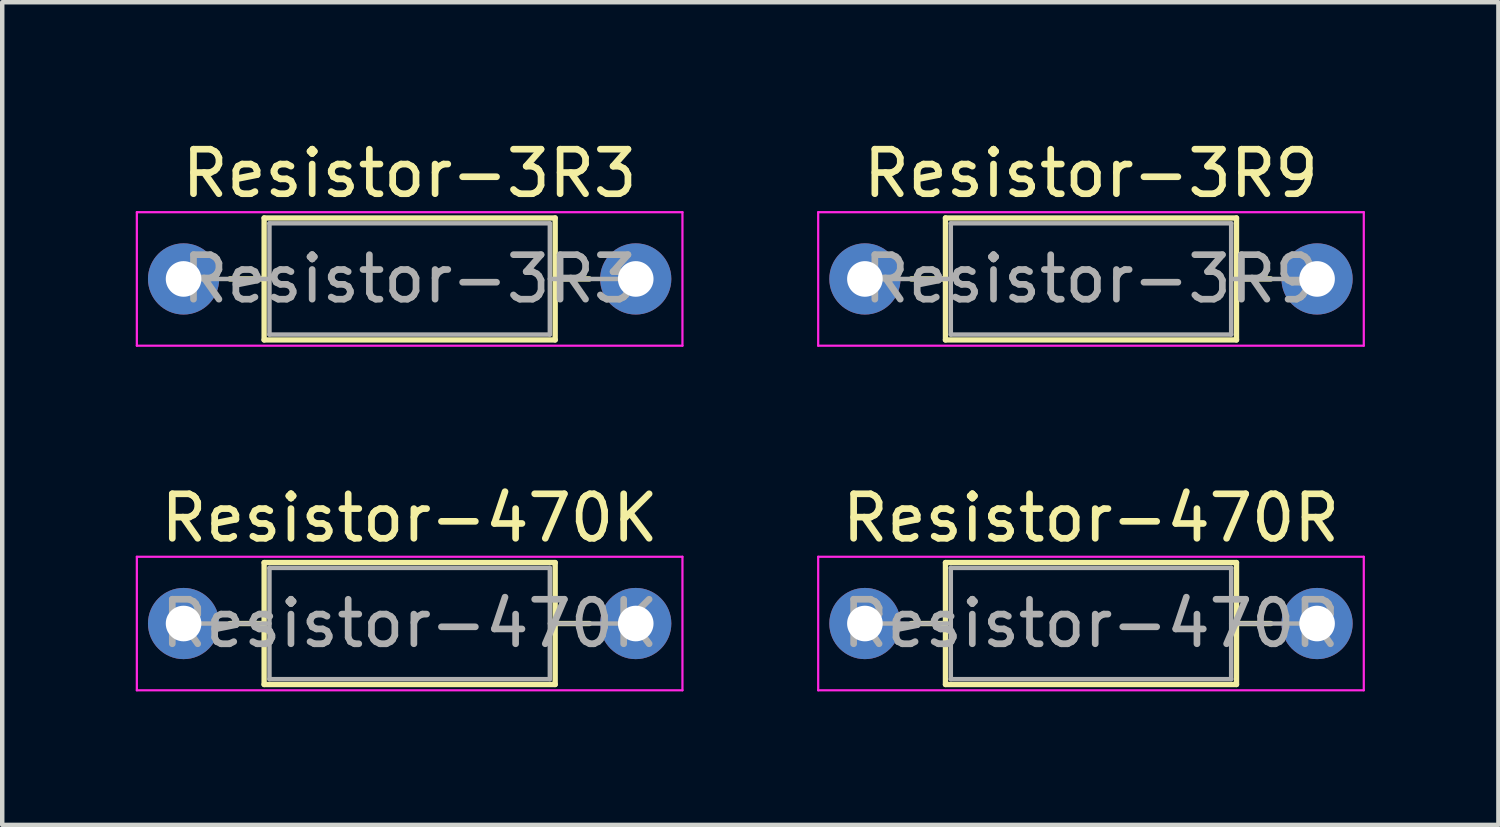
<source format=kicad_pcb>
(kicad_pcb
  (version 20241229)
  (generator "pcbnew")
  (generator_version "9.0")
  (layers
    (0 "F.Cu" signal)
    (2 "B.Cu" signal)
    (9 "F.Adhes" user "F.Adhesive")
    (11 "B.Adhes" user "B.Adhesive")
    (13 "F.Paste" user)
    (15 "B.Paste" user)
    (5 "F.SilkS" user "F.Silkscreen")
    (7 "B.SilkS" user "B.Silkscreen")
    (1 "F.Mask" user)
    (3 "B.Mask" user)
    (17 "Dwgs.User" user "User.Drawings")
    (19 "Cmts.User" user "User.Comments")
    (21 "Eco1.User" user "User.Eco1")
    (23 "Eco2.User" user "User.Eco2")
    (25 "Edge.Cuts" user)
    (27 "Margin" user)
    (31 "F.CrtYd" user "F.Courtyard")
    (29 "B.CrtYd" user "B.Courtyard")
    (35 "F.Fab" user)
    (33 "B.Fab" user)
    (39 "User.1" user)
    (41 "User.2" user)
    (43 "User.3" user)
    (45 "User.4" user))
  (footprint "Resistor-3R3"
    (layer "F.Cu")
    (at 6.155 3.218)
    (property "Reference" "Resistor-3R3" (at 0 -2.37 0) (layer "F.SilkS") (effects (font (size 1 1) (thickness 0.15))))
    (attr through_hole)
    (fp_line (start -4.04 0) (end -3.27 0) (stroke (width 0.12) (type solid)) (layer "F.SilkS"))
    (fp_line (start -3.27 -1.37) (end -3.27 1.37) (stroke (width 0.12) (type solid)) (layer "F.SilkS"))
    (fp_line (start -3.27 1.37) (end 3.27 1.37) (stroke (width 0.12) (type solid)) (layer "F.SilkS"))
    (fp_line (start 3.27 -1.37) (end -3.27 -1.37) (stroke (width 0.12) (type solid)) (layer "F.SilkS"))
    (fp_line (start 3.27 1.37) (end 3.27 -1.37) (stroke (width 0.12) (type solid)) (layer "F.SilkS"))
    (fp_line (start 4.04 0) (end 3.27 0) (stroke (width 0.12) (type solid)) (layer "F.SilkS"))
    (fp_line (start -6.13 -1.5) (end -6.13 1.5) (stroke (width 0.05) (type solid)) (layer "F.CrtYd"))
    (fp_line (start -6.13 1.5) (end 6.13 1.5) (stroke (width 0.05) (type solid)) (layer "F.CrtYd"))
    (fp_line (start 6.13 -1.5) (end -6.13 -1.5) (stroke (width 0.05) (type solid)) (layer "F.CrtYd"))
    (fp_line (start 6.13 1.5) (end 6.13 -1.5) (stroke (width 0.05) (type solid)) (layer "F.CrtYd"))
    (fp_line (start -5.08 0) (end -3.15 0) (stroke (width 0.1) (type solid)) (layer "F.Fab"))
    (fp_line (start -3.15 -1.25) (end -3.15 1.25) (stroke (width 0.1) (type solid)) (layer "F.Fab"))
    (fp_line (start -3.15 1.25) (end 3.15 1.25) (stroke (width 0.1) (type solid)) (layer "F.Fab"))
    (fp_line (start 3.15 -1.25) (end -3.15 -1.25) (stroke (width 0.1) (type solid)) (layer "F.Fab"))
    (fp_line (start 3.15 1.25) (end 3.15 -1.25) (stroke (width 0.1) (type solid)) (layer "F.Fab"))
    (fp_line (start 5.08 0) (end 3.15 0) (stroke (width 0.1) (type solid)) (layer "F.Fab"))
    (fp_text user "${REFERENCE}" (at 0 0 0) (layer "F.Fab") (effects (font (size 1 1) (thickness 0.15))))
    (pad "1" thru_hole circle (at -5.08 0) (size 1.6 1.6) (drill 0.8) (layers "*.Cu" "*.Mask"))
    (pad "2" thru_hole oval (at 5.08 0) (size 1.6 1.6) (drill 0.8) (layers "*.Cu" "*.Mask")))
  (footprint "Resistor-470K"
    (layer "F.Cu")
    (at 6.155 10.961)
    (property "Reference" "Resistor-470K" (at 0 -2.37 0) (layer "F.SilkS") (effects (font (size 1 1) (thickness 0.15))))
    (attr through_hole)
    (fp_line (start -4.04 0) (end -3.27 0) (stroke (width 0.12) (type solid)) (layer "F.SilkS"))
    (fp_line (start -3.27 -1.37) (end -3.27 1.37) (stroke (width 0.12) (type solid)) (layer "F.SilkS"))
    (fp_line (start -3.27 1.37) (end 3.27 1.37) (stroke (width 0.12) (type solid)) (layer "F.SilkS"))
    (fp_line (start 3.27 -1.37) (end -3.27 -1.37) (stroke (width 0.12) (type solid)) (layer "F.SilkS"))
    (fp_line (start 3.27 1.37) (end 3.27 -1.37) (stroke (width 0.12) (type solid)) (layer "F.SilkS"))
    (fp_line (start 4.04 0) (end 3.27 0) (stroke (width 0.12) (type solid)) (layer "F.SilkS"))
    (fp_line (start -6.13 -1.5) (end -6.13 1.5) (stroke (width 0.05) (type solid)) (layer "F.CrtYd"))
    (fp_line (start -6.13 1.5) (end 6.13 1.5) (stroke (width 0.05) (type solid)) (layer "F.CrtYd"))
    (fp_line (start 6.13 -1.5) (end -6.13 -1.5) (stroke (width 0.05) (type solid)) (layer "F.CrtYd"))
    (fp_line (start 6.13 1.5) (end 6.13 -1.5) (stroke (width 0.05) (type solid)) (layer "F.CrtYd"))
    (fp_line (start -5.08 0) (end -3.15 0) (stroke (width 0.1) (type solid)) (layer "F.Fab"))
    (fp_line (start -3.15 -1.25) (end -3.15 1.25) (stroke (width 0.1) (type solid)) (layer "F.Fab"))
    (fp_line (start -3.15 1.25) (end 3.15 1.25) (stroke (width 0.1) (type solid)) (layer "F.Fab"))
    (fp_line (start 3.15 -1.25) (end -3.15 -1.25) (stroke (width 0.1) (type solid)) (layer "F.Fab"))
    (fp_line (start 3.15 1.25) (end 3.15 -1.25) (stroke (width 0.1) (type solid)) (layer "F.Fab"))
    (fp_line (start 5.08 0) (end 3.15 0) (stroke (width 0.1) (type solid)) (layer "F.Fab"))
    (fp_text user "${REFERENCE}" (at 0 0 0) (layer "F.Fab") (effects (font (size 1 1) (thickness 0.15))))
    (pad "1" thru_hole circle (at -5.08 0) (size 1.6 1.6) (drill 0.8) (layers "*.Cu" "*.Mask"))
    (pad "2" thru_hole oval (at 5.08 0) (size 1.6 1.6) (drill 0.8) (layers "*.Cu" "*.Mask")))
  (footprint "Resistor-470R"
    (layer "F.Cu")
    (at 21.465 10.961)
    (property "Reference" "Resistor-470R" (at 0 -2.37 0) (layer "F.SilkS") (effects (font (size 1 1) (thickness 0.15))))
    (attr through_hole)
    (fp_line (start -4.04 0) (end -3.27 0) (stroke (width 0.12) (type solid)) (layer "F.SilkS"))
    (fp_line (start -3.27 -1.37) (end -3.27 1.37) (stroke (width 0.12) (type solid)) (layer "F.SilkS"))
    (fp_line (start -3.27 1.37) (end 3.27 1.37) (stroke (width 0.12) (type solid)) (layer "F.SilkS"))
    (fp_line (start 3.27 -1.37) (end -3.27 -1.37) (stroke (width 0.12) (type solid)) (layer "F.SilkS"))
    (fp_line (start 3.27 1.37) (end 3.27 -1.37) (stroke (width 0.12) (type solid)) (layer "F.SilkS"))
    (fp_line (start 4.04 0) (end 3.27 0) (stroke (width 0.12) (type solid)) (layer "F.SilkS"))
    (fp_line (start -6.13 -1.5) (end -6.13 1.5) (stroke (width 0.05) (type solid)) (layer "F.CrtYd"))
    (fp_line (start -6.13 1.5) (end 6.13 1.5) (stroke (width 0.05) (type solid)) (layer "F.CrtYd"))
    (fp_line (start 6.13 -1.5) (end -6.13 -1.5) (stroke (width 0.05) (type solid)) (layer "F.CrtYd"))
    (fp_line (start 6.13 1.5) (end 6.13 -1.5) (stroke (width 0.05) (type solid)) (layer "F.CrtYd"))
    (fp_line (start -5.08 0) (end -3.15 0) (stroke (width 0.1) (type solid)) (layer "F.Fab"))
    (fp_line (start -3.15 -1.25) (end -3.15 1.25) (stroke (width 0.1) (type solid)) (layer "F.Fab"))
    (fp_line (start -3.15 1.25) (end 3.15 1.25) (stroke (width 0.1) (type solid)) (layer "F.Fab"))
    (fp_line (start 3.15 -1.25) (end -3.15 -1.25) (stroke (width 0.1) (type solid)) (layer "F.Fab"))
    (fp_line (start 3.15 1.25) (end 3.15 -1.25) (stroke (width 0.1) (type solid)) (layer "F.Fab"))
    (fp_line (start 5.08 0) (end 3.15 0) (stroke (width 0.1) (type solid)) (layer "F.Fab"))
    (fp_text user "${REFERENCE}" (at 0 0 0) (layer "F.Fab") (effects (font (size 1 1) (thickness 0.15))))
    (pad "1" thru_hole circle (at -5.08 0) (size 1.6 1.6) (drill 0.8) (layers "*.Cu" "*.Mask"))
    (pad "2" thru_hole oval (at 5.08 0) (size 1.6 1.6) (drill 0.8) (layers "*.Cu" "*.Mask")))
  (footprint "Resistor-3R9"
    (layer "F.Cu")
    (at 21.465 3.218)
    (property "Reference" "Resistor-3R9" (at 0 -2.37 0) (layer "F.SilkS") (effects (font (size 1 1) (thickness 0.15))))
    (attr through_hole)
    (fp_line (start -4.04 0) (end -3.27 0) (stroke (width 0.12) (type solid)) (layer "F.SilkS"))
    (fp_line (start -3.27 -1.37) (end -3.27 1.37) (stroke (width 0.12) (type solid)) (layer "F.SilkS"))
    (fp_line (start -3.27 1.37) (end 3.27 1.37) (stroke (width 0.12) (type solid)) (layer "F.SilkS"))
    (fp_line (start 3.27 -1.37) (end -3.27 -1.37) (stroke (width 0.12) (type solid)) (layer "F.SilkS"))
    (fp_line (start 3.27 1.37) (end 3.27 -1.37) (stroke (width 0.12) (type solid)) (layer "F.SilkS"))
    (fp_line (start 4.04 0) (end 3.27 0) (stroke (width 0.12) (type solid)) (layer "F.SilkS"))
    (fp_line (start -6.13 -1.5) (end -6.13 1.5) (stroke (width 0.05) (type solid)) (layer "F.CrtYd"))
    (fp_line (start -6.13 1.5) (end 6.13 1.5) (stroke (width 0.05) (type solid)) (layer "F.CrtYd"))
    (fp_line (start 6.13 -1.5) (end -6.13 -1.5) (stroke (width 0.05) (type solid)) (layer "F.CrtYd"))
    (fp_line (start 6.13 1.5) (end 6.13 -1.5) (stroke (width 0.05) (type solid)) (layer "F.CrtYd"))
    (fp_line (start -5.08 0) (end -3.15 0) (stroke (width 0.1) (type solid)) (layer "F.Fab"))
    (fp_line (start -3.15 -1.25) (end -3.15 1.25) (stroke (width 0.1) (type solid)) (layer "F.Fab"))
    (fp_line (start -3.15 1.25) (end 3.15 1.25) (stroke (width 0.1) (type solid)) (layer "F.Fab"))
    (fp_line (start 3.15 -1.25) (end -3.15 -1.25) (stroke (width 0.1) (type solid)) (layer "F.Fab"))
    (fp_line (start 3.15 1.25) (end 3.15 -1.25) (stroke (width 0.1) (type solid)) (layer "F.Fab"))
    (fp_line (start 5.08 0) (end 3.15 0) (stroke (width 0.1) (type solid)) (layer "F.Fab"))
    (fp_text user "${REFERENCE}" (at 0 0 0) (layer "F.Fab") (effects (font (size 1 1) (thickness 0.15))))
    (pad "1" thru_hole circle (at -5.08 0) (size 1.6 1.6) (drill 0.8) (layers "*.Cu" "*.Mask"))
    (pad "2" thru_hole oval (at 5.08 0) (size 1.6 1.6) (drill 0.8) (layers "*.Cu" "*.Mask")))
  (gr_rect
    (start -3 -3)
    (end 30.62 15.486)
    (stroke (width 0.1) (type default))
    (fill no)
    (layer "Edge.Cuts")))
</source>
